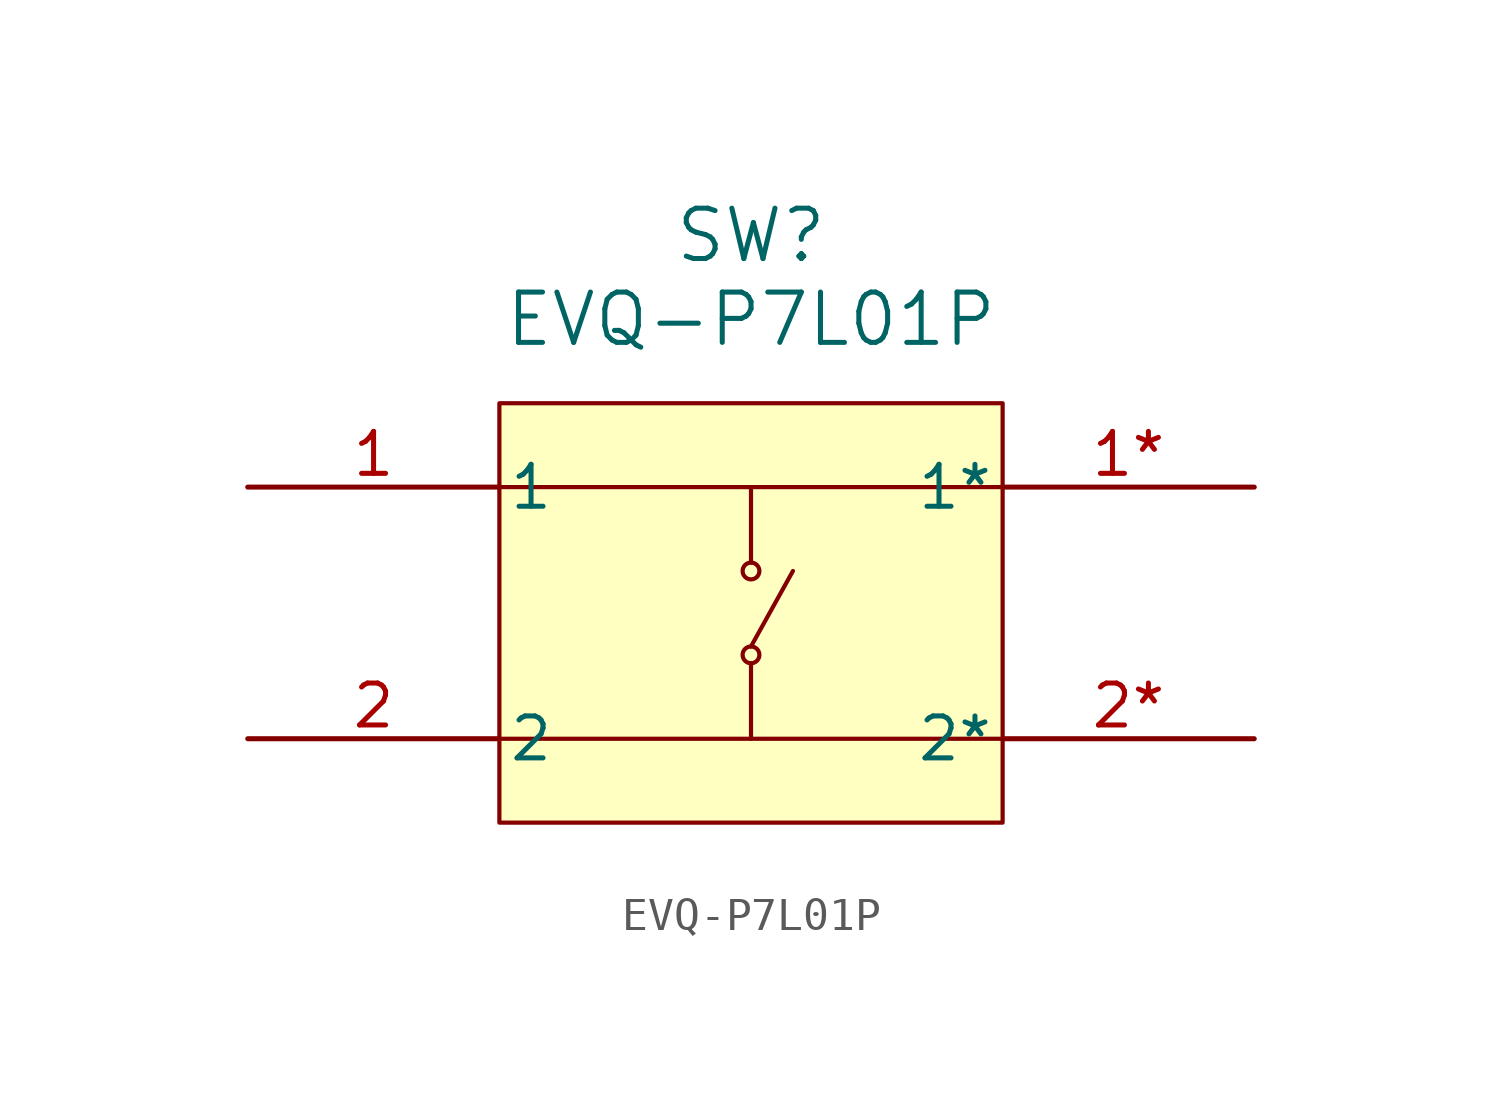
<source format=kicad_sym>
(kicad_symbol_lib
  (version 20220914)
  (generator kicad_symbol_editor)
  (symbol "EVQ-P7L01P"
    (pin_names
      (offset 0.254))
    (property "Reference" "SW"
      (at 20.32 7.62 0)
      (effects (font (size 1.524 1.524))))
    (property "Value" "EVQ-P7L01P"
      (at 20.32 5.08 0)
      (effects (font (size 1.524 1.524))))
    (symbol "EVQ-P7L01P_0_1"
      (polyline (pts (xy 12.7 -7.62) (xy 27.94 -7.62)) (stroke (width 0.127) (type default)) (fill (type none)))
      (polyline (pts (xy 12.7 0) (xy 27.94 0)) (stroke (width 0.127) (type default)) (fill (type none)))
      (polyline (pts (xy 20.32 -7.62) (xy 20.32 -5.334)) (stroke (width 0.127) (type default)) (fill (type none)))
      (polyline (pts (xy 20.32 -4.826) (xy 21.59 -2.54)) (stroke (width 0.127) (type default)) (fill (type none)))
      (polyline (pts (xy 20.32 0) (xy 20.32 -2.286)) (stroke (width 0.127) (type default)) (fill (type none)))
      (circle (center 20.32 -5.08) (radius 0.254) (stroke (width 0.127) (type default)) (fill (type none)))
      (circle (center 20.32 -2.54) (radius 0.254) (stroke (width 0.127) (type default)) (fill (type none))))
    (symbol "EVQ-P7L01P_1_1"
      (rectangle (start 12.7 2.54) (end 27.94 -10.16) (stroke (width 0.127) (type default)) (fill (type background)))
      (pin passive line (at 5.08 0 0) (length 7.62) (name "1" (effects (font (size 1.27 1.27)))) (number "1" (effects (font (size 1.27 1.27)))))
      (pin passive line (at 35.56 0 180) (length 7.62) (name "1*" (effects (font (size 1.27 1.27)))) (number "1*" (effects (font (size 1.27 1.27)))))
      (pin passive line (at 5.08 -7.62 0) (length 7.62) (name "2" (effects (font (size 1.27 1.27)))) (number "2" (effects (font (size 1.27 1.27)))))
      (pin passive line (at 35.56 -7.62 180) (length 7.62) (name "2*" (effects (font (size 1.27 1.27)))) (number "2*" (effects (font (size 1.27 1.27))))))))
</source>
